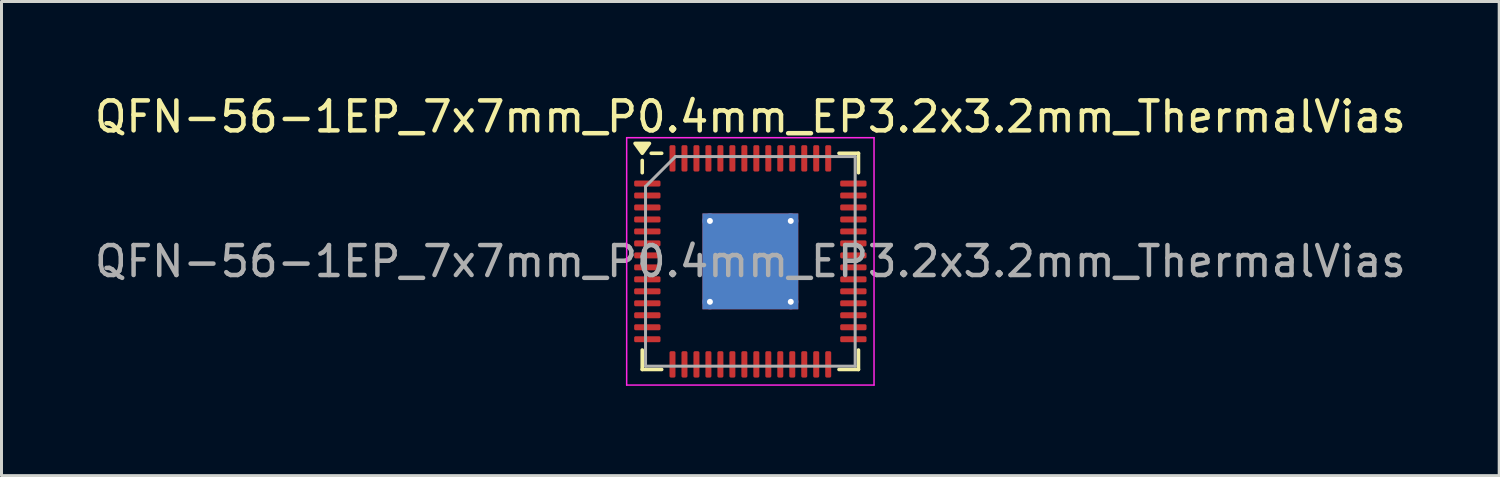
<source format=kicad_pcb>
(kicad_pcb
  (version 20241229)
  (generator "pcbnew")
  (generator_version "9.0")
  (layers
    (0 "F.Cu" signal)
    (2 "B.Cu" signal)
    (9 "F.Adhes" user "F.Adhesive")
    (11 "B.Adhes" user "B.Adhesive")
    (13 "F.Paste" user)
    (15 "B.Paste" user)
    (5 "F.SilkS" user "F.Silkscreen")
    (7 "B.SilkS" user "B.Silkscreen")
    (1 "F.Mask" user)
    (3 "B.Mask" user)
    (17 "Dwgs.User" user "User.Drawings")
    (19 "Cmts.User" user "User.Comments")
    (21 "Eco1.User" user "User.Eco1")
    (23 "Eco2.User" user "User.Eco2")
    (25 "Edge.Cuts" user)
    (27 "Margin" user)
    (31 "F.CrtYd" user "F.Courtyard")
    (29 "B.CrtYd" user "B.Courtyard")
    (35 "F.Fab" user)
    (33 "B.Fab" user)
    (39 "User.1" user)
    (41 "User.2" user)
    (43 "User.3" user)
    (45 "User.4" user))
  (footprint "QFN-56-1EP_7x7mm_P0.4mm_EP3.2x3.2mm_ThermalVias"
    (layer "F.Cu")
    (at 22.006 5.678)
    (property "Reference" "QFN-56-1EP_7x7mm_P0.4mm_EP3.2x3.2mm_ThermalVias" (at 0 -4.83 0) (layer "F.SilkS") (effects (font (size 1 1) (thickness 0.15))))
    (attr smd)
    (fp_line (start -3.61 -2.96) (end -3.61 -3.37) (stroke (width 0.12) (type solid)) (layer "F.SilkS"))
    (fp_line (start -3.61 3.61) (end -3.61 2.96) (stroke (width 0.12) (type solid)) (layer "F.SilkS"))
    (fp_line (start -2.96 -3.61) (end -3.31 -3.61) (stroke (width 0.12) (type solid)) (layer "F.SilkS"))
    (fp_line (start -2.96 3.61) (end -3.61 3.61) (stroke (width 0.12) (type solid)) (layer "F.SilkS"))
    (fp_line (start 2.96 -3.61) (end 3.61 -3.61) (stroke (width 0.12) (type solid)) (layer "F.SilkS"))
    (fp_line (start 2.96 3.61) (end 3.61 3.61) (stroke (width 0.12) (type solid)) (layer "F.SilkS"))
    (fp_line (start 3.61 -3.61) (end 3.61 -2.96) (stroke (width 0.12) (type solid)) (layer "F.SilkS"))
    (fp_line (start 3.61 3.61) (end 3.61 2.96) (stroke (width 0.12) (type solid)) (layer "F.SilkS"))
    (fp_poly (pts (xy -3.61 -3.61) (xy -3.85 -3.94) (xy -3.37 -3.94) (xy -3.61 -3.61)) (stroke (width 0.12) (type solid)) (fill yes) (layer "F.SilkS"))
    (fp_line (start -4.13 -4.13) (end -4.13 4.13) (stroke (width 0.05) (type solid)) (layer "F.CrtYd"))
    (fp_line (start -4.13 4.13) (end 4.13 4.13) (stroke (width 0.05) (type solid)) (layer "F.CrtYd"))
    (fp_line (start 4.13 -4.13) (end -4.13 -4.13) (stroke (width 0.05) (type solid)) (layer "F.CrtYd"))
    (fp_line (start 4.13 4.13) (end 4.13 -4.13) (stroke (width 0.05) (type solid)) (layer "F.CrtYd"))
    (fp_line (start -3.5 -2.5) (end -2.5 -3.5) (stroke (width 0.1) (type solid)) (layer "F.Fab"))
    (fp_line (start -3.5 3.5) (end -3.5 -2.5) (stroke (width 0.1) (type solid)) (layer "F.Fab"))
    (fp_line (start -2.5 -3.5) (end 3.5 -3.5) (stroke (width 0.1) (type solid)) (layer "F.Fab"))
    (fp_line (start 3.5 -3.5) (end 3.5 3.5) (stroke (width 0.1) (type solid)) (layer "F.Fab"))
    (fp_line (start 3.5 3.5) (end -3.5 3.5) (stroke (width 0.1) (type solid)) (layer "F.Fab"))
    (fp_text user "${REFERENCE}" (at 0 0 0) (layer "F.Fab") (effects (font (size 1 1) (thickness 0.15))))
    (pad "" smd custom (at -0.68 -0.68) (size 1.12 1.12) (layers "F.Paste") (options (anchor circle)) (primitives (gr_poly (pts (xy -0.5 -0.4) (xy -0.4 -0.5) (xy 0.5 -0.5) (xy 0.5 0.5) (xy -0.5 0.5)) (width 0.244) (fill yes))))
    (pad "" smd custom (at -0.68 0.68) (size 1.12 1.12) (layers "F.Paste") (options (anchor circle)) (primitives (gr_poly (pts (xy -0.5 -0.5) (xy 0.5 -0.5) (xy 0.5 0.5) (xy -0.4 0.5) (xy -0.5 0.4)) (width 0.244) (fill yes))))
    (pad "" smd custom (at 0.68 -0.68) (size 1.12 1.12) (layers "F.Paste") (options (anchor circle)) (primitives (gr_poly (pts (xy -0.5 -0.5) (xy 0.4 -0.5) (xy 0.5 -0.4) (xy 0.5 0.5) (xy -0.5 0.5)) (width 0.244) (fill yes))))
    (pad "" smd custom (at 0.68 0.68) (size 1.12 1.12) (layers "F.Paste") (options (anchor circle)) (primitives (gr_poly (pts (xy -0.5 -0.5) (xy 0.5 -0.5) (xy 0.5 0.4) (xy 0.4 0.5) (xy -0.5 0.5)) (width 0.244) (fill yes))))
    (pad "1" smd roundrect (at -3.44 -2.6) (size 0.88 0.2) (layers "F.Cu" "F.Mask" "F.Paste") (roundrect_rratio 0.25))
    (pad "2" smd roundrect (at -3.44 -2.2) (size 0.88 0.2) (layers "F.Cu" "F.Mask" "F.Paste") (roundrect_rratio 0.25))
    (pad "3" smd roundrect (at -3.44 -1.8) (size 0.88 0.2) (layers "F.Cu" "F.Mask" "F.Paste") (roundrect_rratio 0.25))
    (pad "4" smd roundrect (at -3.44 -1.4) (size 0.88 0.2) (layers "F.Cu" "F.Mask" "F.Paste") (roundrect_rratio 0.25))
    (pad "5" smd roundrect (at -3.44 -1) (size 0.88 0.2) (layers "F.Cu" "F.Mask" "F.Paste") (roundrect_rratio 0.25))
    (pad "6" smd roundrect (at -3.44 -0.6) (size 0.88 0.2) (layers "F.Cu" "F.Mask" "F.Paste") (roundrect_rratio 0.25))
    (pad "7" smd roundrect (at -3.44 -0.2) (size 0.88 0.2) (layers "F.Cu" "F.Mask" "F.Paste") (roundrect_rratio 0.25))
    (pad "8" smd roundrect (at -3.44 0.2) (size 0.88 0.2) (layers "F.Cu" "F.Mask" "F.Paste") (roundrect_rratio 0.25))
    (pad "9" smd roundrect (at -3.44 0.6) (size 0.88 0.2) (layers "F.Cu" "F.Mask" "F.Paste") (roundrect_rratio 0.25))
    (pad "10" smd roundrect (at -3.44 1) (size 0.88 0.2) (layers "F.Cu" "F.Mask" "F.Paste") (roundrect_rratio 0.25))
    (pad "11" smd roundrect (at -3.44 1.4) (size 0.88 0.2) (layers "F.Cu" "F.Mask" "F.Paste") (roundrect_rratio 0.25))
    (pad "12" smd roundrect (at -3.44 1.8) (size 0.88 0.2) (layers "F.Cu" "F.Mask" "F.Paste") (roundrect_rratio 0.25))
    (pad "13" smd roundrect (at -3.44 2.2) (size 0.88 0.2) (layers "F.Cu" "F.Mask" "F.Paste") (roundrect_rratio 0.25))
    (pad "14" smd roundrect (at -3.44 2.6) (size 0.88 0.2) (layers "F.Cu" "F.Mask" "F.Paste") (roundrect_rratio 0.25))
    (pad "15" smd roundrect (at -2.6 3.44) (size 0.2 0.88) (layers "F.Cu" "F.Mask" "F.Paste") (roundrect_rratio 0.25))
    (pad "16" smd roundrect (at -2.2 3.44) (size 0.2 0.88) (layers "F.Cu" "F.Mask" "F.Paste") (roundrect_rratio 0.25))
    (pad "17" smd roundrect (at -1.8 3.44) (size 0.2 0.88) (layers "F.Cu" "F.Mask" "F.Paste") (roundrect_rratio 0.25))
    (pad "18" smd roundrect (at -1.4 3.44) (size 0.2 0.88) (layers "F.Cu" "F.Mask" "F.Paste") (roundrect_rratio 0.25))
    (pad "19" smd roundrect (at -1 3.44) (size 0.2 0.88) (layers "F.Cu" "F.Mask" "F.Paste") (roundrect_rratio 0.25))
    (pad "20" smd roundrect (at -0.6 3.44) (size 0.2 0.88) (layers "F.Cu" "F.Mask" "F.Paste") (roundrect_rratio 0.25))
    (pad "21" smd roundrect (at -0.2 3.44) (size 0.2 0.88) (layers "F.Cu" "F.Mask" "F.Paste") (roundrect_rratio 0.25))
    (pad "22" smd roundrect (at 0.2 3.44) (size 0.2 0.88) (layers "F.Cu" "F.Mask" "F.Paste") (roundrect_rratio 0.25))
    (pad "23" smd roundrect (at 0.6 3.44) (size 0.2 0.88) (layers "F.Cu" "F.Mask" "F.Paste") (roundrect_rratio 0.25))
    (pad "24" smd roundrect (at 1 3.44) (size 0.2 0.88) (layers "F.Cu" "F.Mask" "F.Paste") (roundrect_rratio 0.25))
    (pad "25" smd roundrect (at 1.4 3.44) (size 0.2 0.88) (layers "F.Cu" "F.Mask" "F.Paste") (roundrect_rratio 0.25))
    (pad "26" smd roundrect (at 1.8 3.44) (size 0.2 0.88) (layers "F.Cu" "F.Mask" "F.Paste") (roundrect_rratio 0.25))
    (pad "27" smd roundrect (at 2.2 3.44) (size 0.2 0.88) (layers "F.Cu" "F.Mask" "F.Paste") (roundrect_rratio 0.25))
    (pad "28" smd roundrect (at 2.6 3.44) (size 0.2 0.88) (layers "F.Cu" "F.Mask" "F.Paste") (roundrect_rratio 0.25))
    (pad "29" smd roundrect (at 3.44 2.6) (size 0.88 0.2) (layers "F.Cu" "F.Mask" "F.Paste") (roundrect_rratio 0.25))
    (pad "30" smd roundrect (at 3.44 2.2) (size 0.88 0.2) (layers "F.Cu" "F.Mask" "F.Paste") (roundrect_rratio 0.25))
    (pad "31" smd roundrect (at 3.44 1.8) (size 0.88 0.2) (layers "F.Cu" "F.Mask" "F.Paste") (roundrect_rratio 0.25))
    (pad "32" smd roundrect (at 3.44 1.4) (size 0.88 0.2) (layers "F.Cu" "F.Mask" "F.Paste") (roundrect_rratio 0.25))
    (pad "33" smd roundrect (at 3.44 1) (size 0.88 0.2) (layers "F.Cu" "F.Mask" "F.Paste") (roundrect_rratio 0.25))
    (pad "34" smd roundrect (at 3.44 0.6) (size 0.88 0.2) (layers "F.Cu" "F.Mask" "F.Paste") (roundrect_rratio 0.25))
    (pad "35" smd roundrect (at 3.44 0.2) (size 0.88 0.2) (layers "F.Cu" "F.Mask" "F.Paste") (roundrect_rratio 0.25))
    (pad "36" smd roundrect (at 3.44 -0.2) (size 0.88 0.2) (layers "F.Cu" "F.Mask" "F.Paste") (roundrect_rratio 0.25))
    (pad "37" smd roundrect (at 3.44 -0.6) (size 0.88 0.2) (layers "F.Cu" "F.Mask" "F.Paste") (roundrect_rratio 0.25))
    (pad "38" smd roundrect (at 3.44 -1) (size 0.88 0.2) (layers "F.Cu" "F.Mask" "F.Paste") (roundrect_rratio 0.25))
    (pad "39" smd roundrect (at 3.44 -1.4) (size 0.88 0.2) (layers "F.Cu" "F.Mask" "F.Paste") (roundrect_rratio 0.25))
    (pad "40" smd roundrect (at 3.44 -1.8) (size 0.88 0.2) (layers "F.Cu" "F.Mask" "F.Paste") (roundrect_rratio 0.25))
    (pad "41" smd roundrect (at 3.44 -2.2) (size 0.88 0.2) (layers "F.Cu" "F.Mask" "F.Paste") (roundrect_rratio 0.25))
    (pad "42" smd roundrect (at 3.44 -2.6) (size 0.88 0.2) (layers "F.Cu" "F.Mask" "F.Paste") (roundrect_rratio 0.25))
    (pad "43" smd roundrect (at 2.6 -3.44) (size 0.2 0.88) (layers "F.Cu" "F.Mask" "F.Paste") (roundrect_rratio 0.25))
    (pad "44" smd roundrect (at 2.2 -3.44) (size 0.2 0.88) (layers "F.Cu" "F.Mask" "F.Paste") (roundrect_rratio 0.25))
    (pad "45" smd roundrect (at 1.8 -3.44) (size 0.2 0.88) (layers "F.Cu" "F.Mask" "F.Paste") (roundrect_rratio 0.25))
    (pad "46" smd roundrect (at 1.4 -3.44) (size 0.2 0.88) (layers "F.Cu" "F.Mask" "F.Paste") (roundrect_rratio 0.25))
    (pad "47" smd roundrect (at 1 -3.44) (size 0.2 0.88) (layers "F.Cu" "F.Mask" "F.Paste") (roundrect_rratio 0.25))
    (pad "48" smd roundrect (at 0.6 -3.44) (size 0.2 0.88) (layers "F.Cu" "F.Mask" "F.Paste") (roundrect_rratio 0.25))
    (pad "49" smd roundrect (at 0.2 -3.44) (size 0.2 0.88) (layers "F.Cu" "F.Mask" "F.Paste") (roundrect_rratio 0.25))
    (pad "50" smd roundrect (at -0.2 -3.44) (size 0.2 0.88) (layers "F.Cu" "F.Mask" "F.Paste") (roundrect_rratio 0.25))
    (pad "51" smd roundrect (at -0.6 -3.44) (size 0.2 0.88) (layers "F.Cu" "F.Mask" "F.Paste") (roundrect_rratio 0.25))
    (pad "52" smd roundrect (at -1 -3.44) (size 0.2 0.88) (layers "F.Cu" "F.Mask" "F.Paste") (roundrect_rratio 0.25))
    (pad "53" smd roundrect (at -1.4 -3.44) (size 0.2 0.88) (layers "F.Cu" "F.Mask" "F.Paste") (roundrect_rratio 0.25))
    (pad "54" smd roundrect (at -1.8 -3.44) (size 0.2 0.88) (layers "F.Cu" "F.Mask" "F.Paste") (roundrect_rratio 0.25))
    (pad "55" smd roundrect (at -2.2 -3.44) (size 0.2 0.88) (layers "F.Cu" "F.Mask" "F.Paste") (roundrect_rratio 0.25))
    (pad "56" smd roundrect (at -2.6 -3.44) (size 0.2 0.88) (layers "F.Cu" "F.Mask" "F.Paste") (roundrect_rratio 0.25))
    (pad "57" thru_hole circle (at -1.35 -1.35) (size 0.5 0.5) (drill 0.2) (property pad_prop_heatsink) (layers "*.Cu"))
    (pad "57" thru_hole circle (at -1.35 1.35) (size 0.5 0.5) (drill 0.2) (property pad_prop_heatsink) (layers "*.Cu"))
    (pad "57" smd rect (at 0 0) (size 3.2 3.2) (property pad_prop_heatsink) (layers "F.Cu" "F.Mask"))
    (pad "57" smd rect (at 0 0) (size 3.2 3.2) (property pad_prop_heatsink) (layers "B.Cu"))
    (pad "57" thru_hole circle (at 1.35 -1.35) (size 0.5 0.5) (drill 0.2) (property pad_prop_heatsink) (layers "*.Cu"))
    (pad "57" thru_hole circle (at 1.35 1.35) (size 0.5 0.5) (drill 0.2) (property pad_prop_heatsink) (layers "*.Cu")))
  (gr_rect
    (start -3 -3)
    (end 47.012 12.833)
    (stroke (width 0.1) (type default))
    (fill no)
    (layer "Edge.Cuts")))
</source>
